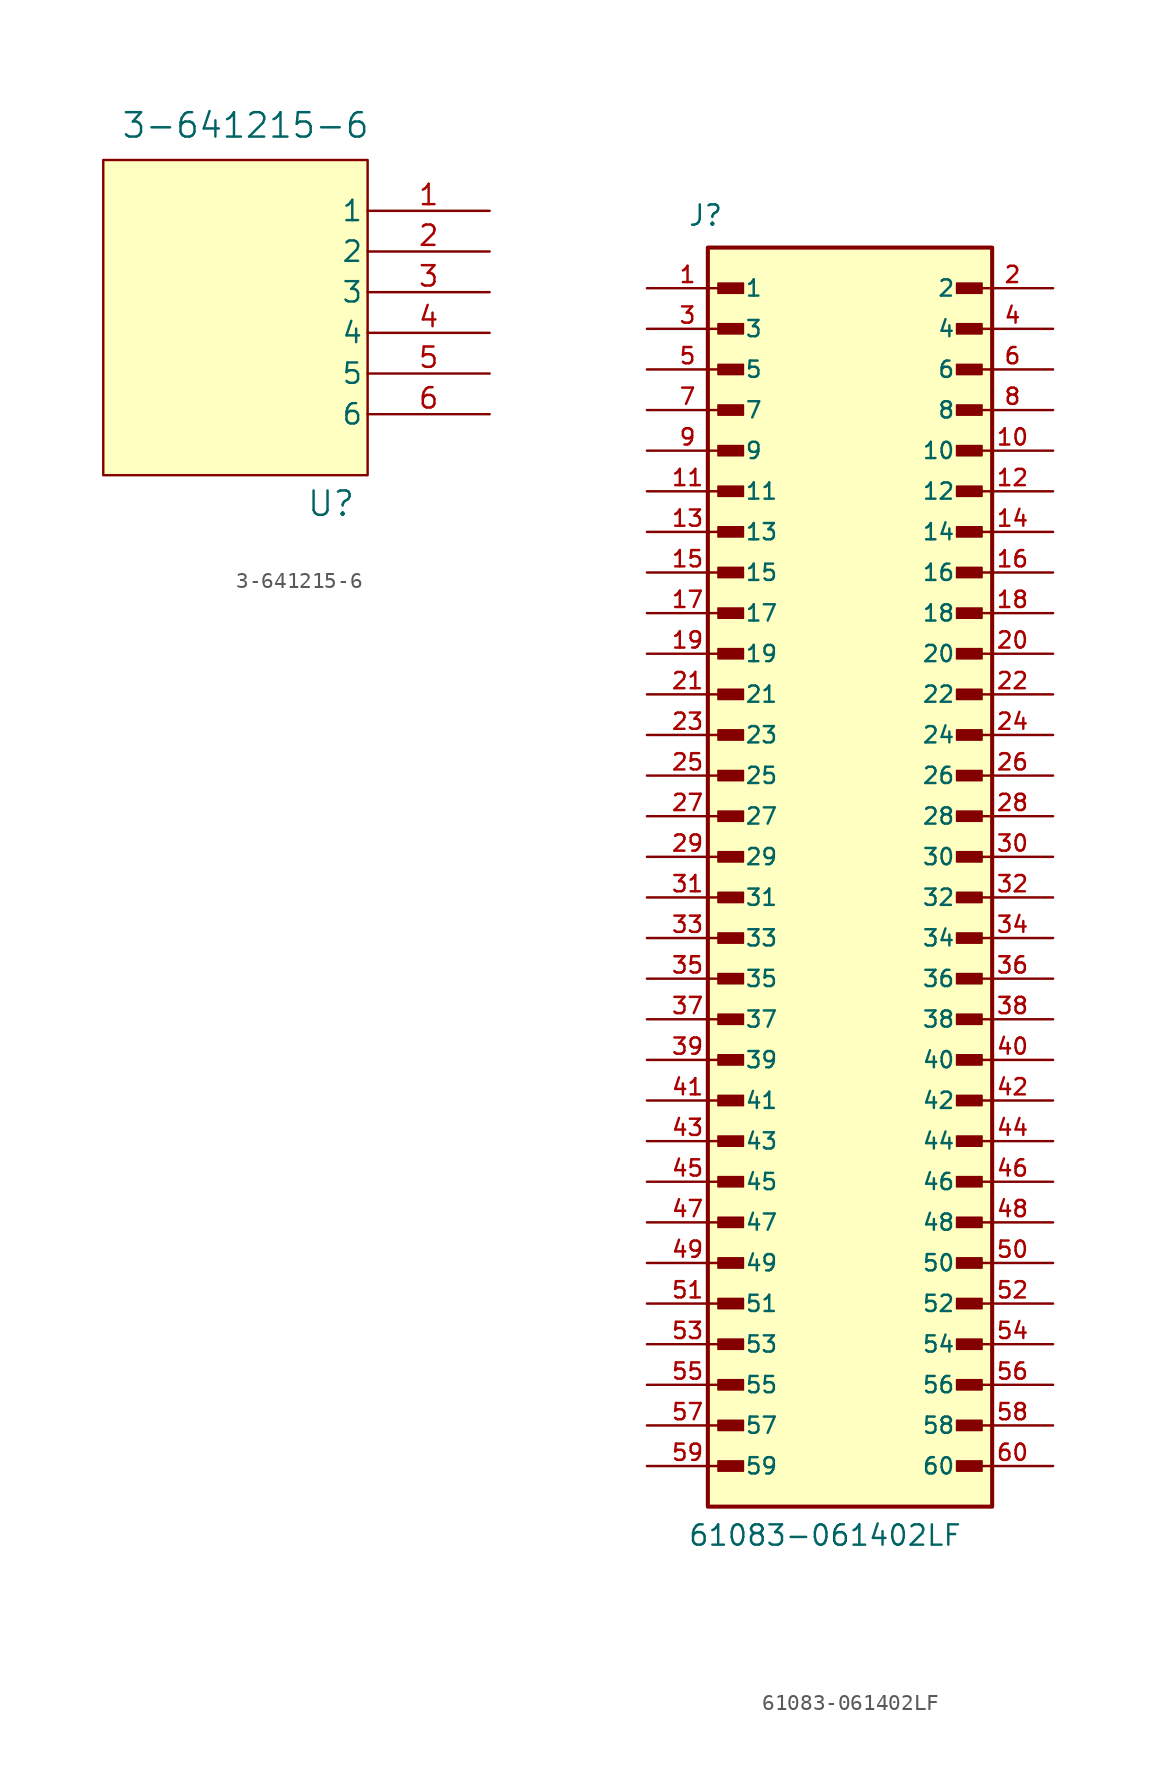
<source format=kicad_sym>
(kicad_symbol_lib
  (version 20241209)
  (generator "kicad_symbol_editor")
  (generator_version "9.0")
  (symbol "3-641215-6"
    (pin_names
      (offset 0.254))
    (property "Reference" "U"
      (at 35.814 -13.208 0)
      (effects (font (size 1.524 1.524))))
    (property "Value" "3-641215-6"
      (at 30.48 10.414 0)
      (effects (font (size 1.524 1.524))))
    (symbol "3-641215-6_1_1"
      (rectangle (start 21.59 8.255) (end 38.1 -11.43) (stroke (width 0) (type solid)) (fill (type color) (color 255 255 194 1)))
      (pin power_out line (at 45.72 5.08 180) (length 7.62) (name "1" (effects (font (size 1.27 1.27)))) (number "1" (effects (font (size 1.27 1.27)))))
      (pin power_in line (at 45.72 2.54 180) (length 7.62) (name "2" (effects (font (size 1.27 1.27)))) (number "2" (effects (font (size 1.27 1.27)))))
      (pin power_out line (at 45.72 0 180) (length 7.62) (name "3" (effects (font (size 1.27 1.27)))) (number "3" (effects (font (size 1.27 1.27)))))
      (pin power_in line (at 45.72 -2.54 180) (length 7.62) (name "4" (effects (font (size 1.27 1.27)))) (number "4" (effects (font (size 1.27 1.27)))))
      (pin power_in line (at 45.72 -5.08 180) (length 7.62) (name "5" (effects (font (size 1.27 1.27)))) (number "5" (effects (font (size 1.27 1.27)))))
      (pin power_in line (at 45.72 -7.62 180) (length 7.62) (name "6" (effects (font (size 1.27 1.27)))) (number "6" (effects (font (size 1.27 1.27)))))))
  (symbol "61083-061402LF"
    (pin_names
      (offset 1.016))
    (property "Reference" "J"
      (at -10.16 39.37 0)
      (effects (font (size 1.27 1.27)) (justify left bottom)))
    (property "Value" "61083-061402LF"
      (at -10.16 -43.18 0)
      (effects (font (size 1.27 1.27)) (justify left bottom)))
    (symbol "61083-061402LF_0_0"
      (rectangle (start -8.89 -40.64) (end 8.89 38.1) (stroke (width 0.254) (type default)) (fill (type background)))
      (rectangle (start -8.255 35.242) (end -6.668 35.877) (stroke (width 0.1) (type default)) (fill (type outline)))
      (rectangle (start -8.255 32.703) (end -6.668 33.337) (stroke (width 0.1) (type default)) (fill (type outline)))
      (rectangle (start -8.255 30.163) (end -6.668 30.797) (stroke (width 0.1) (type default)) (fill (type outline)))
      (rectangle (start -8.255 27.622) (end -6.668 28.258) (stroke (width 0.1) (type default)) (fill (type outline)))
      (rectangle (start -8.255 25.082) (end -6.668 25.718) (stroke (width 0.1) (type default)) (fill (type outline)))
      (rectangle (start -8.255 22.543) (end -6.668 23.177) (stroke (width 0.1) (type default)) (fill (type outline)))
      (rectangle (start -8.255 20.003) (end -6.668 20.637) (stroke (width 0.1) (type default)) (fill (type outline)))
      (rectangle (start -8.255 17.462) (end -6.668 18.098) (stroke (width 0.1) (type default)) (fill (type outline)))
      (rectangle (start -8.255 14.922) (end -6.668 15.557) (stroke (width 0.1) (type default)) (fill (type outline)))
      (rectangle (start -8.255 12.383) (end -6.668 13.018) (stroke (width 0.1) (type default)) (fill (type outline)))
      (rectangle (start -8.255 9.842) (end -6.668 10.477) (stroke (width 0.1) (type default)) (fill (type outline)))
      (rectangle (start -8.255 7.303) (end -6.668 7.938) (stroke (width 0.1) (type default)) (fill (type outline)))
      (rectangle (start -8.255 4.763) (end -6.668 5.397) (stroke (width 0.1) (type default)) (fill (type outline)))
      (rectangle (start -8.255 2.223) (end -6.668 2.857) (stroke (width 0.1) (type default)) (fill (type outline)))
      (rectangle (start -8.255 -0.318) (end -6.668 0.318) (stroke (width 0.1) (type default)) (fill (type outline)))
      (rectangle (start -8.255 -2.857) (end -6.668 -2.223) (stroke (width 0.1) (type default)) (fill (type outline)))
      (rectangle (start -8.255 -5.397) (end -6.668 -4.763) (stroke (width 0.1) (type default)) (fill (type outline)))
      (rectangle (start -8.255 -7.938) (end -6.668 -7.303) (stroke (width 0.1) (type default)) (fill (type outline)))
      (rectangle (start -8.255 -10.477) (end -6.668 -9.842) (stroke (width 0.1) (type default)) (fill (type outline)))
      (rectangle (start -8.255 -13.018) (end -6.668 -12.383) (stroke (width 0.1) (type default)) (fill (type outline)))
      (rectangle (start -8.255 -15.557) (end -6.668 -14.922) (stroke (width 0.1) (type default)) (fill (type outline)))
      (rectangle (start -8.255 -18.098) (end -6.668 -17.462) (stroke (width 0.1) (type default)) (fill (type outline)))
      (rectangle (start -8.255 -20.637) (end -6.668 -20.003) (stroke (width 0.1) (type default)) (fill (type outline)))
      (rectangle (start -8.255 -23.177) (end -6.668 -22.543) (stroke (width 0.1) (type default)) (fill (type outline)))
      (rectangle (start -8.255 -25.718) (end -6.668 -25.082) (stroke (width 0.1) (type default)) (fill (type outline)))
      (rectangle (start -8.255 -28.258) (end -6.668 -27.622) (stroke (width 0.1) (type default)) (fill (type outline)))
      (rectangle (start -8.255 -30.797) (end -6.668 -30.163) (stroke (width 0.1) (type default)) (fill (type outline)))
      (rectangle (start -8.255 -33.337) (end -6.668 -32.703) (stroke (width 0.1) (type default)) (fill (type outline)))
      (rectangle (start -8.255 -35.877) (end -6.668 -35.242) (stroke (width 0.1) (type default)) (fill (type outline)))
      (rectangle (start -8.255 -38.417) (end -6.668 -37.782) (stroke (width 0.1) (type default)) (fill (type outline)))
      (rectangle (start 6.668 35.242) (end 8.255 35.877) (stroke (width 0.1) (type default)) (fill (type outline)))
      (rectangle (start 6.668 32.703) (end 8.255 33.337) (stroke (width 0.1) (type default)) (fill (type outline)))
      (rectangle (start 6.668 30.163) (end 8.255 30.797) (stroke (width 0.1) (type default)) (fill (type outline)))
      (rectangle (start 6.668 27.622) (end 8.255 28.258) (stroke (width 0.1) (type default)) (fill (type outline)))
      (rectangle (start 6.668 25.082) (end 8.255 25.718) (stroke (width 0.1) (type default)) (fill (type outline)))
      (rectangle (start 6.668 22.543) (end 8.255 23.177) (stroke (width 0.1) (type default)) (fill (type outline)))
      (rectangle (start 6.668 20.003) (end 8.255 20.637) (stroke (width 0.1) (type default)) (fill (type outline)))
      (rectangle (start 6.668 17.462) (end 8.255 18.098) (stroke (width 0.1) (type default)) (fill (type outline)))
      (rectangle (start 6.668 14.922) (end 8.255 15.557) (stroke (width 0.1) (type default)) (fill (type outline)))
      (rectangle (start 6.668 12.383) (end 8.255 13.018) (stroke (width 0.1) (type default)) (fill (type outline)))
      (rectangle (start 6.668 9.842) (end 8.255 10.477) (stroke (width 0.1) (type default)) (fill (type outline)))
      (rectangle (start 6.668 7.303) (end 8.255 7.938) (stroke (width 0.1) (type default)) (fill (type outline)))
      (rectangle (start 6.668 4.763) (end 8.255 5.397) (stroke (width 0.1) (type default)) (fill (type outline)))
      (rectangle (start 6.668 2.223) (end 8.255 2.857) (stroke (width 0.1) (type default)) (fill (type outline)))
      (rectangle (start 6.668 -0.318) (end 8.255 0.318) (stroke (width 0.1) (type default)) (fill (type outline)))
      (rectangle (start 6.668 -2.857) (end 8.255 -2.223) (stroke (width 0.1) (type default)) (fill (type outline)))
      (rectangle (start 6.668 -5.397) (end 8.255 -4.763) (stroke (width 0.1) (type default)) (fill (type outline)))
      (rectangle (start 6.668 -7.938) (end 8.255 -7.303) (stroke (width 0.1) (type default)) (fill (type outline)))
      (rectangle (start 6.668 -10.477) (end 8.255 -9.842) (stroke (width 0.1) (type default)) (fill (type outline)))
      (rectangle (start 6.668 -13.018) (end 8.255 -12.383) (stroke (width 0.1) (type default)) (fill (type outline)))
      (rectangle (start 6.668 -15.557) (end 8.255 -14.922) (stroke (width 0.1) (type default)) (fill (type outline)))
      (rectangle (start 6.668 -18.098) (end 8.255 -17.462) (stroke (width 0.1) (type default)) (fill (type outline)))
      (rectangle (start 6.668 -20.637) (end 8.255 -20.003) (stroke (width 0.1) (type default)) (fill (type outline)))
      (rectangle (start 6.668 -23.177) (end 8.255 -22.543) (stroke (width 0.1) (type default)) (fill (type outline)))
      (rectangle (start 6.668 -25.718) (end 8.255 -25.082) (stroke (width 0.1) (type default)) (fill (type outline)))
      (rectangle (start 6.668 -28.258) (end 8.255 -27.622) (stroke (width 0.1) (type default)) (fill (type outline)))
      (rectangle (start 6.668 -30.797) (end 8.255 -30.163) (stroke (width 0.1) (type default)) (fill (type outline)))
      (rectangle (start 6.668 -33.337) (end 8.255 -32.703) (stroke (width 0.1) (type default)) (fill (type outline)))
      (rectangle (start 6.668 -35.877) (end 8.255 -35.242) (stroke (width 0.1) (type default)) (fill (type outline)))
      (rectangle (start 6.668 -38.417) (end 8.255 -37.782) (stroke (width 0.1) (type default)) (fill (type outline)))
      (pin passive line (at -12.7 35.56 0) (length 5.08) (name "1" (effects (font (size 1.016 1.016)))) (number "1" (effects (font (size 1.016 1.016)))))
      (pin passive line (at -12.7 33.02 0) (length 5.08) (name "3" (effects (font (size 1.016 1.016)))) (number "3" (effects (font (size 1.016 1.016)))))
      (pin passive line (at -12.7 30.48 0) (length 5.08) (name "5" (effects (font (size 1.016 1.016)))) (number "5" (effects (font (size 1.016 1.016)))))
      (pin passive line (at -12.7 27.94 0) (length 5.08) (name "7" (effects (font (size 1.016 1.016)))) (number "7" (effects (font (size 1.016 1.016)))))
      (pin passive line (at -12.7 25.4 0) (length 5.08) (name "9" (effects (font (size 1.016 1.016)))) (number "9" (effects (font (size 1.016 1.016)))))
      (pin passive line (at -12.7 22.86 0) (length 5.08) (name "11" (effects (font (size 1.016 1.016)))) (number "11" (effects (font (size 1.016 1.016)))))
      (pin passive line (at -12.7 20.32 0) (length 5.08) (name "13" (effects (font (size 1.016 1.016)))) (number "13" (effects (font (size 1.016 1.016)))))
      (pin passive line (at -12.7 17.78 0) (length 5.08) (name "15" (effects (font (size 1.016 1.016)))) (number "15" (effects (font (size 1.016 1.016)))))
      (pin passive line (at -12.7 15.24 0) (length 5.08) (name "17" (effects (font (size 1.016 1.016)))) (number "17" (effects (font (size 1.016 1.016)))))
      (pin passive line (at -12.7 12.7 0) (length 5.08) (name "19" (effects (font (size 1.016 1.016)))) (number "19" (effects (font (size 1.016 1.016)))))
      (pin passive line (at -12.7 10.16 0) (length 5.08) (name "21" (effects (font (size 1.016 1.016)))) (number "21" (effects (font (size 1.016 1.016)))))
      (pin passive line (at -12.7 7.62 0) (length 5.08) (name "23" (effects (font (size 1.016 1.016)))) (number "23" (effects (font (size 1.016 1.016)))))
      (pin passive line (at -12.7 5.08 0) (length 5.08) (name "25" (effects (font (size 1.016 1.016)))) (number "25" (effects (font (size 1.016 1.016)))))
      (pin passive line (at -12.7 2.54 0) (length 5.08) (name "27" (effects (font (size 1.016 1.016)))) (number "27" (effects (font (size 1.016 1.016)))))
      (pin passive line (at -12.7 0 0) (length 5.08) (name "29" (effects (font (size 1.016 1.016)))) (number "29" (effects (font (size 1.016 1.016)))))
      (pin passive line (at -12.7 -2.54 0) (length 5.08) (name "31" (effects (font (size 1.016 1.016)))) (number "31" (effects (font (size 1.016 1.016)))))
      (pin passive line (at -12.7 -5.08 0) (length 5.08) (name "33" (effects (font (size 1.016 1.016)))) (number "33" (effects (font (size 1.016 1.016)))))
      (pin passive line (at -12.7 -7.62 0) (length 5.08) (name "35" (effects (font (size 1.016 1.016)))) (number "35" (effects (font (size 1.016 1.016)))))
      (pin passive line (at -12.7 -10.16 0) (length 5.08) (name "37" (effects (font (size 1.016 1.016)))) (number "37" (effects (font (size 1.016 1.016)))))
      (pin passive line (at -12.7 -12.7 0) (length 5.08) (name "39" (effects (font (size 1.016 1.016)))) (number "39" (effects (font (size 1.016 1.016)))))
      (pin passive line (at -12.7 -15.24 0) (length 5.08) (name "41" (effects (font (size 1.016 1.016)))) (number "41" (effects (font (size 1.016 1.016)))))
      (pin passive line (at -12.7 -17.78 0) (length 5.08) (name "43" (effects (font (size 1.016 1.016)))) (number "43" (effects (font (size 1.016 1.016)))))
      (pin passive line (at -12.7 -20.32 0) (length 5.08) (name "45" (effects (font (size 1.016 1.016)))) (number "45" (effects (font (size 1.016 1.016)))))
      (pin passive line (at -12.7 -22.86 0) (length 5.08) (name "47" (effects (font (size 1.016 1.016)))) (number "47" (effects (font (size 1.016 1.016)))))
      (pin passive line (at -12.7 -25.4 0) (length 5.08) (name "49" (effects (font (size 1.016 1.016)))) (number "49" (effects (font (size 1.016 1.016)))))
      (pin passive line (at -12.7 -27.94 0) (length 5.08) (name "51" (effects (font (size 1.016 1.016)))) (number "51" (effects (font (size 1.016 1.016)))))
      (pin passive line (at -12.7 -30.48 0) (length 5.08) (name "53" (effects (font (size 1.016 1.016)))) (number "53" (effects (font (size 1.016 1.016)))))
      (pin passive line (at -12.7 -33.02 0) (length 5.08) (name "55" (effects (font (size 1.016 1.016)))) (number "55" (effects (font (size 1.016 1.016)))))
      (pin passive line (at -12.7 -35.56 0) (length 5.08) (name "57" (effects (font (size 1.016 1.016)))) (number "57" (effects (font (size 1.016 1.016)))))
      (pin passive line (at -12.7 -38.1 0) (length 5.08) (name "59" (effects (font (size 1.016 1.016)))) (number "59" (effects (font (size 1.016 1.016)))))
      (pin passive line (at 12.7 35.56 180) (length 5.08) (name "2" (effects (font (size 1.016 1.016)))) (number "2" (effects (font (size 1.016 1.016)))))
      (pin passive line (at 12.7 33.02 180) (length 5.08) (name "4" (effects (font (size 1.016 1.016)))) (number "4" (effects (font (size 1.016 1.016)))))
      (pin passive line (at 12.7 30.48 180) (length 5.08) (name "6" (effects (font (size 1.016 1.016)))) (number "6" (effects (font (size 1.016 1.016)))))
      (pin passive line (at 12.7 27.94 180) (length 5.08) (name "8" (effects (font (size 1.016 1.016)))) (number "8" (effects (font (size 1.016 1.016)))))
      (pin passive line (at 12.7 25.4 180) (length 5.08) (name "10" (effects (font (size 1.016 1.016)))) (number "10" (effects (font (size 1.016 1.016)))))
      (pin passive line (at 12.7 22.86 180) (length 5.08) (name "12" (effects (font (size 1.016 1.016)))) (number "12" (effects (font (size 1.016 1.016)))))
      (pin passive line (at 12.7 20.32 180) (length 5.08) (name "14" (effects (font (size 1.016 1.016)))) (number "14" (effects (font (size 1.016 1.016)))))
      (pin passive line (at 12.7 17.78 180) (length 5.08) (name "16" (effects (font (size 1.016 1.016)))) (number "16" (effects (font (size 1.016 1.016)))))
      (pin passive line (at 12.7 15.24 180) (length 5.08) (name "18" (effects (font (size 1.016 1.016)))) (number "18" (effects (font (size 1.016 1.016)))))
      (pin passive line (at 12.7 12.7 180) (length 5.08) (name "20" (effects (font (size 1.016 1.016)))) (number "20" (effects (font (size 1.016 1.016)))))
      (pin passive line (at 12.7 10.16 180) (length 5.08) (name "22" (effects (font (size 1.016 1.016)))) (number "22" (effects (font (size 1.016 1.016)))))
      (pin passive line (at 12.7 7.62 180) (length 5.08) (name "24" (effects (font (size 1.016 1.016)))) (number "24" (effects (font (size 1.016 1.016)))))
      (pin passive line (at 12.7 5.08 180) (length 5.08) (name "26" (effects (font (size 1.016 1.016)))) (number "26" (effects (font (size 1.016 1.016)))))
      (pin passive line (at 12.7 2.54 180) (length 5.08) (name "28" (effects (font (size 1.016 1.016)))) (number "28" (effects (font (size 1.016 1.016)))))
      (pin passive line (at 12.7 0 180) (length 5.08) (name "30" (effects (font (size 1.016 1.016)))) (number "30" (effects (font (size 1.016 1.016)))))
      (pin passive line (at 12.7 -2.54 180) (length 5.08) (name "32" (effects (font (size 1.016 1.016)))) (number "32" (effects (font (size 1.016 1.016)))))
      (pin passive line (at 12.7 -5.08 180) (length 5.08) (name "34" (effects (font (size 1.016 1.016)))) (number "34" (effects (font (size 1.016 1.016)))))
      (pin passive line (at 12.7 -7.62 180) (length 5.08) (name "36" (effects (font (size 1.016 1.016)))) (number "36" (effects (font (size 1.016 1.016)))))
      (pin passive line (at 12.7 -10.16 180) (length 5.08) (name "38" (effects (font (size 1.016 1.016)))) (number "38" (effects (font (size 1.016 1.016)))))
      (pin passive line (at 12.7 -12.7 180) (length 5.08) (name "40" (effects (font (size 1.016 1.016)))) (number "40" (effects (font (size 1.016 1.016)))))
      (pin passive line (at 12.7 -15.24 180) (length 5.08) (name "42" (effects (font (size 1.016 1.016)))) (number "42" (effects (font (size 1.016 1.016)))))
      (pin passive line (at 12.7 -17.78 180) (length 5.08) (name "44" (effects (font (size 1.016 1.016)))) (number "44" (effects (font (size 1.016 1.016)))))
      (pin passive line (at 12.7 -20.32 180) (length 5.08) (name "46" (effects (font (size 1.016 1.016)))) (number "46" (effects (font (size 1.016 1.016)))))
      (pin passive line (at 12.7 -22.86 180) (length 5.08) (name "48" (effects (font (size 1.016 1.016)))) (number "48" (effects (font (size 1.016 1.016)))))
      (pin passive line (at 12.7 -25.4 180) (length 5.08) (name "50" (effects (font (size 1.016 1.016)))) (number "50" (effects (font (size 1.016 1.016)))))
      (pin passive line (at 12.7 -27.94 180) (length 5.08) (name "52" (effects (font (size 1.016 1.016)))) (number "52" (effects (font (size 1.016 1.016)))))
      (pin passive line (at 12.7 -30.48 180) (length 5.08) (name "54" (effects (font (size 1.016 1.016)))) (number "54" (effects (font (size 1.016 1.016)))))
      (pin passive line (at 12.7 -33.02 180) (length 5.08) (name "56" (effects (font (size 1.016 1.016)))) (number "56" (effects (font (size 1.016 1.016)))))
      (pin passive line (at 12.7 -35.56 180) (length 5.08) (name "58" (effects (font (size 1.016 1.016)))) (number "58" (effects (font (size 1.016 1.016)))))
      (pin passive line (at 12.7 -38.1 180) (length 5.08) (name "60" (effects (font (size 1.016 1.016)))) (number "60" (effects (font (size 1.016 1.016))))))))
</source>
